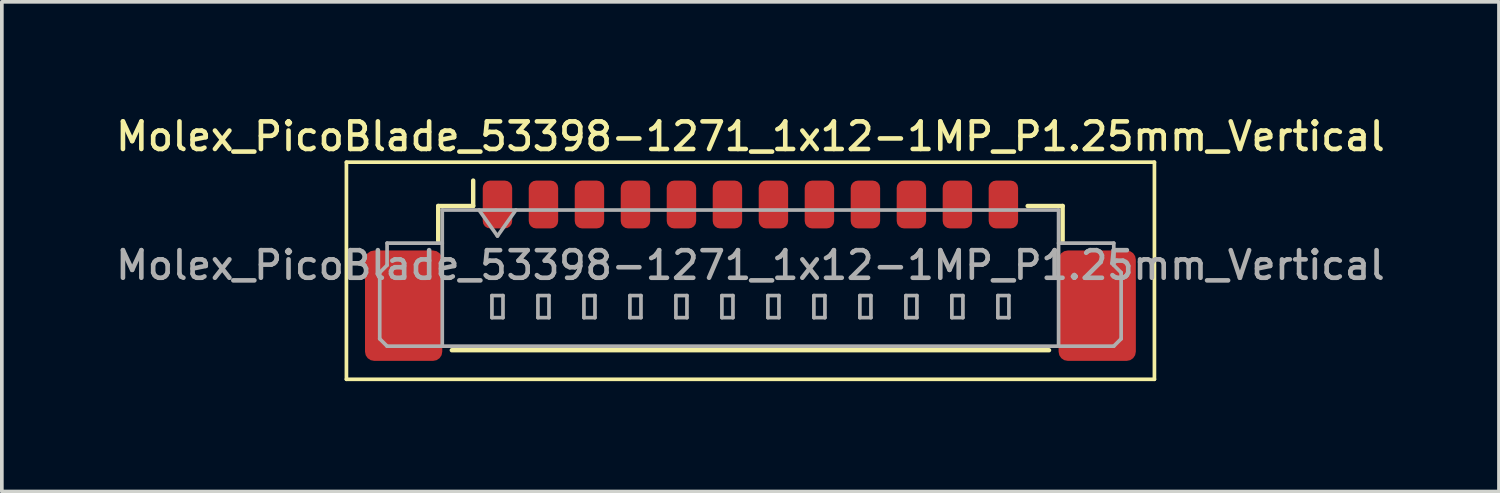
<source format=kicad_pcb>
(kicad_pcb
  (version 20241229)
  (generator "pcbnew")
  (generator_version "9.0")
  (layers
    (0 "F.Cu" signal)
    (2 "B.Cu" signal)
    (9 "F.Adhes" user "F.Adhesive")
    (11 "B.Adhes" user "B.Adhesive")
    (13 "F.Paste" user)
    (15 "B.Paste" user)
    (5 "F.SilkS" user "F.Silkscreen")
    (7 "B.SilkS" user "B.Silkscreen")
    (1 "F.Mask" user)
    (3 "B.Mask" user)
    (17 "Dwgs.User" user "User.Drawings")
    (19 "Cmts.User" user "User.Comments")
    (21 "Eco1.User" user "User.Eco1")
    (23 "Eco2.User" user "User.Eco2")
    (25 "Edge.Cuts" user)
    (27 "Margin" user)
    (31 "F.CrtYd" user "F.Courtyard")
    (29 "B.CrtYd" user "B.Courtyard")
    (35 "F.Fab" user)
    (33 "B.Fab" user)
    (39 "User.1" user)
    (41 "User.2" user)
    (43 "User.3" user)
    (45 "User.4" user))
  (footprint "Molex_PicoBlade_53398-1271_1x12-1MP_P1.25mm_Vertical"
    (layer "F.Cu")
    (at 17.345 3.758)
    (property "Reference" "Molex_PicoBlade_53398-1271_1x12-1MP_P1.25mm_Vertical" (at 0 -3.1 0) (layer "F.SilkS") (effects (font (size 0.75 0.75) (thickness 0.125))))
    (attr smd)
    (fp_line (start -10.98 -2.4) (end -10.98 3.5) (stroke (width 0.1) (type solid)) (layer "F.SilkS"))
    (fp_line (start -10.98 3.5) (end 10.98 3.5) (stroke (width 0.1) (type solid)) (layer "F.SilkS"))
    (fp_line (start -8.485 -1.21) (end -7.535 -1.21) (stroke (width 0.12) (type solid)) (layer "F.SilkS"))
    (fp_line (start -8.485 -0.26) (end -8.485 -1.21) (stroke (width 0.12) (type solid)) (layer "F.SilkS"))
    (fp_line (start -8.115 2.71) (end 8.115 2.71) (stroke (width 0.12) (type solid)) (layer "F.SilkS"))
    (fp_line (start -7.535 -1.21) (end -7.535 -1.9) (stroke (width 0.12) (type solid)) (layer "F.SilkS"))
    (fp_line (start 8.485 -1.21) (end 7.535 -1.21) (stroke (width 0.12) (type solid)) (layer "F.SilkS"))
    (fp_line (start 8.485 -0.26) (end 8.485 -1.21) (stroke (width 0.12) (type solid)) (layer "F.SilkS"))
    (fp_line (start 10.98 -2.4) (end -10.98 -2.4) (stroke (width 0.1) (type solid)) (layer "F.SilkS"))
    (fp_line (start 10.98 3.5) (end 10.98 -2.4) (stroke (width 0.1) (type solid)) (layer "F.SilkS"))
    (fp_line (start -10.075 0.6) (end -9.875 0.4) (stroke (width 0.1) (type solid)) (layer "F.Fab"))
    (fp_line (start -10.075 2.4) (end -10.075 0.6) (stroke (width 0.1) (type solid)) (layer "F.Fab"))
    (fp_line (start -9.875 -0.2) (end -8.375 -0.2) (stroke (width 0.1) (type solid)) (layer "F.Fab"))
    (fp_line (start -9.875 0.4) (end -9.875 -0.2) (stroke (width 0.1) (type solid)) (layer "F.Fab"))
    (fp_line (start -9.875 2.6) (end -10.075 2.4) (stroke (width 0.1) (type solid)) (layer "F.Fab"))
    (fp_line (start -8.375 -1.1) (end -8.375 2.6) (stroke (width 0.1) (type solid)) (layer "F.Fab"))
    (fp_line (start -8.375 -1.1) (end 8.375 -1.1) (stroke (width 0.1) (type solid)) (layer "F.Fab"))
    (fp_line (start -8.375 2.6) (end -9.875 2.6) (stroke (width 0.1) (type solid)) (layer "F.Fab"))
    (fp_line (start -8.375 2.6) (end 8.375 2.6) (stroke (width 0.1) (type solid)) (layer "F.Fab"))
    (fp_line (start -7.375 -1.1) (end -6.875 -0.393) (stroke (width 0.1) (type solid)) (layer "F.Fab"))
    (fp_line (start -7.025 1.225) (end -7.025 1.825) (stroke (width 0.1) (type solid)) (layer "F.Fab"))
    (fp_line (start -7.025 1.825) (end -6.725 1.825) (stroke (width 0.1) (type solid)) (layer "F.Fab"))
    (fp_line (start -6.875 -0.393) (end -6.375 -1.1) (stroke (width 0.1) (type solid)) (layer "F.Fab"))
    (fp_line (start -6.725 1.225) (end -7.025 1.225) (stroke (width 0.1) (type solid)) (layer "F.Fab"))
    (fp_line (start -6.725 1.825) (end -6.725 1.225) (stroke (width 0.1) (type solid)) (layer "F.Fab"))
    (fp_line (start -5.775 1.225) (end -5.775 1.825) (stroke (width 0.1) (type solid)) (layer "F.Fab"))
    (fp_line (start -5.775 1.825) (end -5.475 1.825) (stroke (width 0.1) (type solid)) (layer "F.Fab"))
    (fp_line (start -5.475 1.225) (end -5.775 1.225) (stroke (width 0.1) (type solid)) (layer "F.Fab"))
    (fp_line (start -5.475 1.825) (end -5.475 1.225) (stroke (width 0.1) (type solid)) (layer "F.Fab"))
    (fp_line (start -4.525 1.225) (end -4.525 1.825) (stroke (width 0.1) (type solid)) (layer "F.Fab"))
    (fp_line (start -4.525 1.825) (end -4.225 1.825) (stroke (width 0.1) (type solid)) (layer "F.Fab"))
    (fp_line (start -4.225 1.225) (end -4.525 1.225) (stroke (width 0.1) (type solid)) (layer "F.Fab"))
    (fp_line (start -4.225 1.825) (end -4.225 1.225) (stroke (width 0.1) (type solid)) (layer "F.Fab"))
    (fp_line (start -3.275 1.225) (end -3.275 1.825) (stroke (width 0.1) (type solid)) (layer "F.Fab"))
    (fp_line (start -3.275 1.825) (end -2.975 1.825) (stroke (width 0.1) (type solid)) (layer "F.Fab"))
    (fp_line (start -2.975 1.225) (end -3.275 1.225) (stroke (width 0.1) (type solid)) (layer "F.Fab"))
    (fp_line (start -2.975 1.825) (end -2.975 1.225) (stroke (width 0.1) (type solid)) (layer "F.Fab"))
    (fp_line (start -2.025 1.225) (end -2.025 1.825) (stroke (width 0.1) (type solid)) (layer "F.Fab"))
    (fp_line (start -2.025 1.825) (end -1.725 1.825) (stroke (width 0.1) (type solid)) (layer "F.Fab"))
    (fp_line (start -1.725 1.225) (end -2.025 1.225) (stroke (width 0.1) (type solid)) (layer "F.Fab"))
    (fp_line (start -1.725 1.825) (end -1.725 1.225) (stroke (width 0.1) (type solid)) (layer "F.Fab"))
    (fp_line (start -0.775 1.225) (end -0.775 1.825) (stroke (width 0.1) (type solid)) (layer "F.Fab"))
    (fp_line (start -0.775 1.825) (end -0.475 1.825) (stroke (width 0.1) (type solid)) (layer "F.Fab"))
    (fp_line (start -0.475 1.225) (end -0.775 1.225) (stroke (width 0.1) (type solid)) (layer "F.Fab"))
    (fp_line (start -0.475 1.825) (end -0.475 1.225) (stroke (width 0.1) (type solid)) (layer "F.Fab"))
    (fp_line (start 0.475 1.225) (end 0.475 1.825) (stroke (width 0.1) (type solid)) (layer "F.Fab"))
    (fp_line (start 0.475 1.825) (end 0.775 1.825) (stroke (width 0.1) (type solid)) (layer "F.Fab"))
    (fp_line (start 0.775 1.225) (end 0.475 1.225) (stroke (width 0.1) (type solid)) (layer "F.Fab"))
    (fp_line (start 0.775 1.825) (end 0.775 1.225) (stroke (width 0.1) (type solid)) (layer "F.Fab"))
    (fp_line (start 1.725 1.225) (end 1.725 1.825) (stroke (width 0.1) (type solid)) (layer "F.Fab"))
    (fp_line (start 1.725 1.825) (end 2.025 1.825) (stroke (width 0.1) (type solid)) (layer "F.Fab"))
    (fp_line (start 2.025 1.225) (end 1.725 1.225) (stroke (width 0.1) (type solid)) (layer "F.Fab"))
    (fp_line (start 2.025 1.825) (end 2.025 1.225) (stroke (width 0.1) (type solid)) (layer "F.Fab"))
    (fp_line (start 2.975 1.225) (end 2.975 1.825) (stroke (width 0.1) (type solid)) (layer "F.Fab"))
    (fp_line (start 2.975 1.825) (end 3.275 1.825) (stroke (width 0.1) (type solid)) (layer "F.Fab"))
    (fp_line (start 3.275 1.225) (end 2.975 1.225) (stroke (width 0.1) (type solid)) (layer "F.Fab"))
    (fp_line (start 3.275 1.825) (end 3.275 1.225) (stroke (width 0.1) (type solid)) (layer "F.Fab"))
    (fp_line (start 4.225 1.225) (end 4.225 1.825) (stroke (width 0.1) (type solid)) (layer "F.Fab"))
    (fp_line (start 4.225 1.825) (end 4.525 1.825) (stroke (width 0.1) (type solid)) (layer "F.Fab"))
    (fp_line (start 4.525 1.225) (end 4.225 1.225) (stroke (width 0.1) (type solid)) (layer "F.Fab"))
    (fp_line (start 4.525 1.825) (end 4.525 1.225) (stroke (width 0.1) (type solid)) (layer "F.Fab"))
    (fp_line (start 5.475 1.225) (end 5.475 1.825) (stroke (width 0.1) (type solid)) (layer "F.Fab"))
    (fp_line (start 5.475 1.825) (end 5.775 1.825) (stroke (width 0.1) (type solid)) (layer "F.Fab"))
    (fp_line (start 5.775 1.225) (end 5.475 1.225) (stroke (width 0.1) (type solid)) (layer "F.Fab"))
    (fp_line (start 5.775 1.825) (end 5.775 1.225) (stroke (width 0.1) (type solid)) (layer "F.Fab"))
    (fp_line (start 6.725 1.225) (end 6.725 1.825) (stroke (width 0.1) (type solid)) (layer "F.Fab"))
    (fp_line (start 6.725 1.825) (end 7.025 1.825) (stroke (width 0.1) (type solid)) (layer "F.Fab"))
    (fp_line (start 7.025 1.225) (end 6.725 1.225) (stroke (width 0.1) (type solid)) (layer "F.Fab"))
    (fp_line (start 7.025 1.825) (end 7.025 1.225) (stroke (width 0.1) (type solid)) (layer "F.Fab"))
    (fp_line (start 8.375 -1.1) (end 8.375 2.6) (stroke (width 0.1) (type solid)) (layer "F.Fab"))
    (fp_line (start 8.375 2.6) (end 9.875 2.6) (stroke (width 0.1) (type solid)) (layer "F.Fab"))
    (fp_line (start 9.875 -0.2) (end 8.375 -0.2) (stroke (width 0.1) (type solid)) (layer "F.Fab"))
    (fp_line (start 9.875 0.4) (end 9.875 -0.2) (stroke (width 0.1) (type solid)) (layer "F.Fab"))
    (fp_line (start 9.875 2.6) (end 10.075 2.4) (stroke (width 0.1) (type solid)) (layer "F.Fab"))
    (fp_line (start 10.075 0.6) (end 9.875 0.4) (stroke (width 0.1) (type solid)) (layer "F.Fab"))
    (fp_line (start 10.075 2.4) (end 10.075 0.6) (stroke (width 0.1) (type solid)) (layer "F.Fab"))
    (fp_text user "${REFERENCE}" (at 0 0.4 0) (layer "F.Fab") (effects (font (size 0.75 0.75) (thickness 0.125))))
    (pad "1" smd roundrect (at -6.875 -1.25) (size 0.8 1.3) (layers "F.Cu" "F.Mask" "F.Paste") (roundrect_rratio 0.25))
    (pad "2" smd roundrect (at -5.625 -1.25) (size 0.8 1.3) (layers "F.Cu" "F.Mask" "F.Paste") (roundrect_rratio 0.25))
    (pad "3" smd roundrect (at -4.375 -1.25) (size 0.8 1.3) (layers "F.Cu" "F.Mask" "F.Paste") (roundrect_rratio 0.25))
    (pad "4" smd roundrect (at -3.125 -1.25) (size 0.8 1.3) (layers "F.Cu" "F.Mask" "F.Paste") (roundrect_rratio 0.25))
    (pad "5" smd roundrect (at -1.875 -1.25) (size 0.8 1.3) (layers "F.Cu" "F.Mask" "F.Paste") (roundrect_rratio 0.25))
    (pad "6" smd roundrect (at -0.625 -1.25) (size 0.8 1.3) (layers "F.Cu" "F.Mask" "F.Paste") (roundrect_rratio 0.25))
    (pad "7" smd roundrect (at 0.625 -1.25) (size 0.8 1.3) (layers "F.Cu" "F.Mask" "F.Paste") (roundrect_rratio 0.25))
    (pad "8" smd roundrect (at 1.875 -1.25) (size 0.8 1.3) (layers "F.Cu" "F.Mask" "F.Paste") (roundrect_rratio 0.25))
    (pad "9" smd roundrect (at 3.125 -1.25) (size 0.8 1.3) (layers "F.Cu" "F.Mask" "F.Paste") (roundrect_rratio 0.25))
    (pad "10" smd roundrect (at 4.375 -1.25) (size 0.8 1.3) (layers "F.Cu" "F.Mask" "F.Paste") (roundrect_rratio 0.25))
    (pad "11" smd roundrect (at 5.625 -1.25) (size 0.8 1.3) (layers "F.Cu" "F.Mask" "F.Paste") (roundrect_rratio 0.25))
    (pad "12" smd roundrect (at 6.875 -1.25) (size 0.8 1.3) (layers "F.Cu" "F.Mask" "F.Paste") (roundrect_rratio 0.25))
    (pad "MP" smd roundrect (at -9.425 1.5) (size 2.1 3) (layers "F.Cu" "F.Mask" "F.Paste") (roundrect_rratio 0.119))
    (pad "MP" smd roundrect (at 9.425 1.5) (size 2.1 3) (layers "F.Cu" "F.Mask" "F.Paste") (roundrect_rratio 0.119)))
  (gr_rect
    (start -3 -3)
    (end 37.689 10.308)
    (stroke (width 0.1) (type default))
    (fill no)
    (layer "Edge.Cuts")))
</source>
